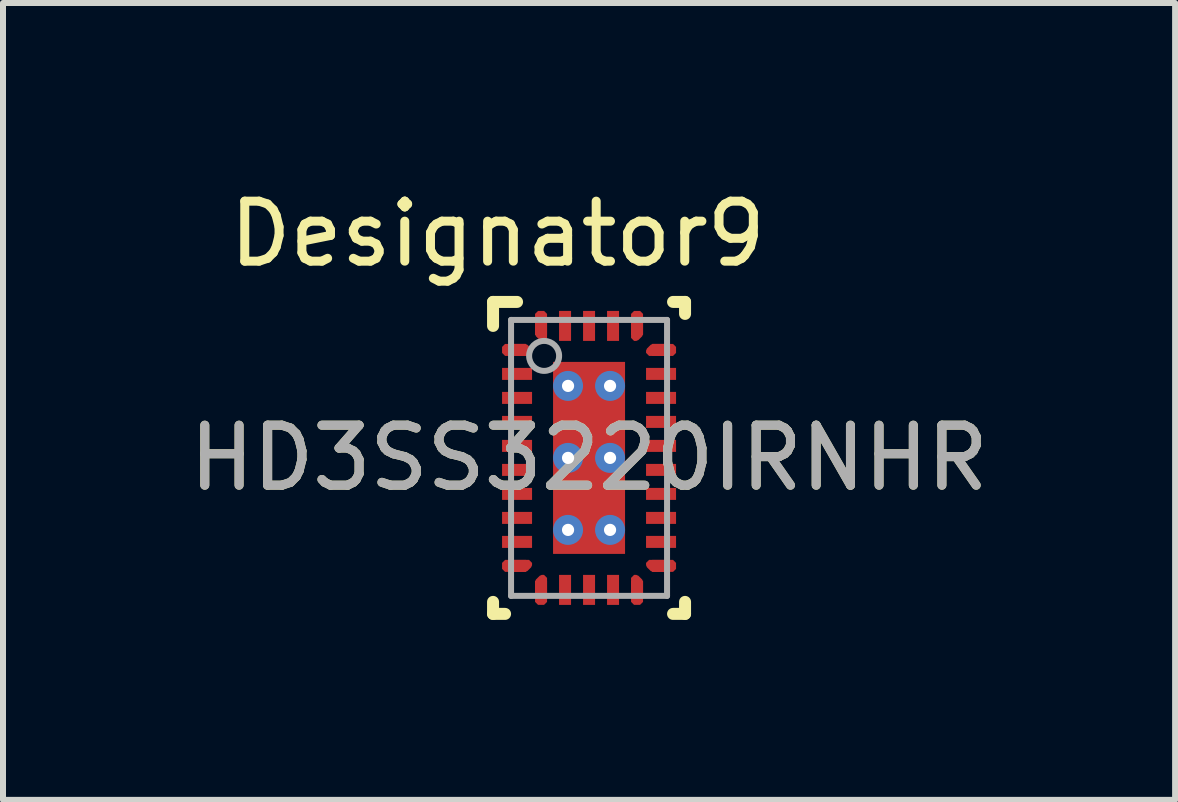
<source format=kicad_pcb>
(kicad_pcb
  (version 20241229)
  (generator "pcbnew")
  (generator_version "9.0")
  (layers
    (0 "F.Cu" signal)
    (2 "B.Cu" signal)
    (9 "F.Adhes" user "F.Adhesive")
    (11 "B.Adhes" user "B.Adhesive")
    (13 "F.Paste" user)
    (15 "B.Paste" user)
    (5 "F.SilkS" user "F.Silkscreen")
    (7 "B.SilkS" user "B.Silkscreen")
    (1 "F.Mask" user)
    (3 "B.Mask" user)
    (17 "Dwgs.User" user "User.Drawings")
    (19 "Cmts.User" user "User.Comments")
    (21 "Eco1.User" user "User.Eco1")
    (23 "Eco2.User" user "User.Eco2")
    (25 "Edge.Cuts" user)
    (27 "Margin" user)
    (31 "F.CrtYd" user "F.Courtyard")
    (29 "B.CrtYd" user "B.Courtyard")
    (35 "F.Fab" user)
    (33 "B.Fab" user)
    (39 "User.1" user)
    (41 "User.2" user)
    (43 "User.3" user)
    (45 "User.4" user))
  (footprint "HD3SS3220IRNHR"
    (layer "F.Cu")
    (at 6.768 4.582)
    (property "Reference" "HD3SS3220IRNHR" (at 0 0 0) (unlocked yes) (layer "F.SilkS") (effects (font (size 1 1) (thickness 0.15))))
    (attr smd)
    (fp_poly (pts (xy -0.965 -1.823) (xy -0.95 -1.788) (xy -0.95 -1.75) (xy -1 -1.7) (xy -1.4 -1.7) (xy -1.45 -1.75) (xy -1.45 -1.85) (xy -1.4 -1.9) (xy -1.062 -1.9) (xy -1.027 -1.885)) (stroke (width 0) (type solid)) (fill yes) (layer "F.Cu"))
    (fp_poly (pts (xy -0.965 1.823) (xy -0.95 1.788) (xy -0.95 1.75) (xy -1 1.7) (xy -1.4 1.7) (xy -1.45 1.75) (xy -1.45 1.85) (xy -1.4 1.9) (xy -1.062 1.9) (xy -1.027 1.885)) (stroke (width 0) (type solid)) (fill yes) (layer "F.Cu"))
    (fp_poly (pts (xy 0.965 -1.823) (xy 0.95 -1.788) (xy 0.95 -1.75) (xy 1 -1.7) (xy 1.4 -1.7) (xy 1.45 -1.75) (xy 1.45 -1.85) (xy 1.4 -1.9) (xy 1.062 -1.9) (xy 1.027 -1.885)) (stroke (width 0) (type solid)) (fill yes) (layer "F.Cu"))
    (fp_poly (pts (xy 0.965 1.823) (xy 0.95 1.788) (xy 0.95 1.75) (xy 1 1.7) (xy 1.4 1.7) (xy 1.45 1.75) (xy 1.45 1.85) (xy 1.4 1.9) (xy 1.062 1.9) (xy 1.027 1.885)) (stroke (width 0) (type solid)) (fill yes) (layer "F.Cu"))
    (fp_poly (pts (xy -0.7 -2.4) (xy -0.75 -2.45) (xy -0.85 -2.45) (xy -0.9 -2.4) (xy -0.9 -2.062) (xy -0.885 -2.027) (xy -0.823 -1.965) (xy -0.823 -1.965) (xy -0.788 -1.95) (xy -0.75 -1.95) (xy -0.7 -2) (xy -0.7 -2)) (stroke (width 0) (type solid)) (fill yes) (layer "F.Cu"))
    (fp_poly (pts (xy -0.7 2.4) (xy -0.75 2.45) (xy -0.85 2.45) (xy -0.9 2.4) (xy -0.9 2.062) (xy -0.885 2.027) (xy -0.823 1.965) (xy -0.823 1.965) (xy -0.788 1.95) (xy -0.75 1.95) (xy -0.7 2) (xy -0.7 2)) (stroke (width 0) (type solid)) (fill yes) (layer "F.Cu"))
    (fp_poly (pts (xy 0.7 -2.4) (xy 0.75 -2.45) (xy 0.85 -2.45) (xy 0.9 -2.4) (xy 0.9 -2.062) (xy 0.885 -2.027) (xy 0.823 -1.965) (xy 0.823 -1.965) (xy 0.788 -1.95) (xy 0.75 -1.95) (xy 0.7 -2) (xy 0.7 -2)) (stroke (width 0) (type solid)) (fill yes) (layer "F.Cu"))
    (fp_poly (pts (xy 0.7 2.4) (xy 0.75 2.45) (xy 0.85 2.45) (xy 0.9 2.4) (xy 0.9 2.062) (xy 0.885 2.027) (xy 0.823 1.965) (xy 0.823 1.965) (xy 0.788 1.95) (xy 0.75 1.95) (xy 0.7 2) (xy 0.7 2)) (stroke (width 0) (type solid)) (fill yes) (layer "F.Cu"))
    (fp_poly (pts (xy -0.929 -1.859) (xy -0.923 -1.851) (xy -0.918 -1.842) (xy -0.904 -1.807) (xy -0.901 -1.798) (xy -0.9 -1.788) (xy -0.9 -1.75) (xy -0.901 -1.74) (xy -0.904 -1.731) (xy -0.908 -1.722) (xy -0.915 -1.715) (xy -0.965 -1.665) (xy -0.972 -1.658) (xy -0.981 -1.654) (xy -0.99 -1.651) (xy -1 -1.65) (xy -1.4 -1.65) (xy -1.41 -1.651) (xy -1.419 -1.654) (xy -1.428 -1.658) (xy -1.435 -1.665) (xy -1.485 -1.715) (xy -1.492 -1.722) (xy -1.496 -1.731) (xy -1.499 -1.74) (xy -1.5 -1.75) (xy -1.5 -1.85) (xy -1.499 -1.86) (xy -1.496 -1.869) (xy -1.492 -1.878) (xy -1.485 -1.885) (xy -1.435 -1.935) (xy -1.428 -1.942) (xy -1.419 -1.946) (xy -1.41 -1.949) (xy -1.4 -1.95) (xy -1.062 -1.95) (xy -1.052 -1.949) (xy -1.043 -1.946) (xy -1.008 -1.932) (xy -0.999 -1.927) (xy -0.991 -1.921)) (stroke (width 0) (type solid)) (fill yes) (layer "F.Mask"))
    (fp_poly (pts (xy -0.929 1.859) (xy -0.991 1.921) (xy -0.999 1.927) (xy -1.008 1.932) (xy -1.043 1.946) (xy -1.052 1.949) (xy -1.062 1.95) (xy -1.4 1.95) (xy -1.41 1.949) (xy -1.419 1.946) (xy -1.428 1.942) (xy -1.435 1.935) (xy -1.485 1.885) (xy -1.492 1.878) (xy -1.496 1.869) (xy -1.499 1.86) (xy -1.5 1.85) (xy -1.5 1.75) (xy -1.499 1.74) (xy -1.496 1.731) (xy -1.492 1.722) (xy -1.485 1.715) (xy -1.435 1.665) (xy -1.428 1.658) (xy -1.419 1.654) (xy -1.41 1.651) (xy -1.4 1.65) (xy -1 1.65) (xy -0.99 1.651) (xy -0.981 1.654) (xy -0.972 1.658) (xy -0.965 1.665) (xy -0.915 1.715) (xy -0.908 1.722) (xy -0.904 1.731) (xy -0.901 1.74) (xy -0.9 1.75) (xy -0.9 1.788) (xy -0.901 1.798) (xy -0.904 1.807) (xy -0.918 1.842) (xy -0.923 1.851)) (stroke (width 0) (type solid)) (fill yes) (layer "F.Mask"))
    (fp_poly (pts (xy 0.929 -1.859) (xy 0.991 -1.921) (xy 0.999 -1.927) (xy 1.008 -1.932) (xy 1.043 -1.946) (xy 1.052 -1.949) (xy 1.062 -1.95) (xy 1.4 -1.95) (xy 1.41 -1.949) (xy 1.419 -1.946) (xy 1.428 -1.942) (xy 1.435 -1.935) (xy 1.485 -1.885) (xy 1.492 -1.878) (xy 1.496 -1.869) (xy 1.499 -1.86) (xy 1.5 -1.85) (xy 1.5 -1.75) (xy 1.499 -1.74) (xy 1.496 -1.731) (xy 1.492 -1.722) (xy 1.485 -1.715) (xy 1.435 -1.665) (xy 1.428 -1.658) (xy 1.419 -1.654) (xy 1.41 -1.651) (xy 1.4 -1.65) (xy 1 -1.65) (xy 0.99 -1.651) (xy 0.981 -1.654) (xy 0.972 -1.658) (xy 0.965 -1.665) (xy 0.915 -1.715) (xy 0.908 -1.722) (xy 0.904 -1.731) (xy 0.901 -1.74) (xy 0.9 -1.75) (xy 0.9 -1.788) (xy 0.901 -1.798) (xy 0.904 -1.807) (xy 0.918 -1.842) (xy 0.923 -1.851)) (stroke (width 0) (type solid)) (fill yes) (layer "F.Mask"))
    (fp_poly (pts (xy 0.929 1.859) (xy 0.923 1.851) (xy 0.918 1.842) (xy 0.904 1.807) (xy 0.901 1.798) (xy 0.9 1.788) (xy 0.9 1.75) (xy 0.901 1.74) (xy 0.904 1.731) (xy 0.908 1.722) (xy 0.915 1.715) (xy 0.965 1.665) (xy 0.972 1.658) (xy 0.981 1.654) (xy 0.99 1.651) (xy 1 1.65) (xy 1.4 1.65) (xy 1.41 1.651) (xy 1.419 1.654) (xy 1.428 1.658) (xy 1.435 1.665) (xy 1.485 1.715) (xy 1.492 1.722) (xy 1.496 1.731) (xy 1.499 1.74) (xy 1.5 1.75) (xy 1.5 1.85) (xy 1.499 1.86) (xy 1.496 1.869) (xy 1.492 1.878) (xy 1.485 1.885) (xy 1.435 1.935) (xy 1.428 1.942) (xy 1.419 1.946) (xy 1.41 1.949) (xy 1.4 1.95) (xy 1.062 1.95) (xy 1.052 1.949) (xy 1.043 1.946) (xy 1.008 1.932) (xy 0.999 1.927) (xy 0.991 1.921)) (stroke (width 0) (type solid)) (fill yes) (layer "F.Mask"))
    (fp_poly (pts (xy -0.665 -1.965) (xy -0.715 -1.915) (xy -0.722 -1.908) (xy -0.731 -1.904) (xy -0.74 -1.901) (xy -0.75 -1.9) (xy -0.788 -1.9) (xy -0.798 -1.901) (xy -0.807 -1.904) (xy -0.842 -1.918) (xy -0.851 -1.923) (xy -0.859 -1.929) (xy -0.921 -1.991) (xy -0.927 -1.999) (xy -0.932 -2.008) (xy -0.946 -2.043) (xy -0.949 -2.052) (xy -0.95 -2.062) (xy -0.95 -2.4) (xy -0.949 -2.41) (xy -0.946 -2.419) (xy -0.942 -2.428) (xy -0.935 -2.435) (xy -0.885 -2.485) (xy -0.878 -2.492) (xy -0.869 -2.496) (xy -0.86 -2.499) (xy -0.85 -2.5) (xy -0.75 -2.5) (xy -0.74 -2.499) (xy -0.731 -2.496) (xy -0.722 -2.492) (xy -0.715 -2.485) (xy -0.665 -2.435) (xy -0.658 -2.428) (xy -0.654 -2.419) (xy -0.651 -2.41) (xy -0.65 -2.4) (xy -0.65 -2) (xy -0.651 -1.99) (xy -0.654 -1.981) (xy -0.658 -1.972) (xy -0.665 -1.965)) (stroke (width 0) (type solid)) (fill yes) (layer "F.Mask"))
    (fp_poly (pts (xy -0.665 1.965) (xy -0.665 1.965) (xy -0.658 1.972) (xy -0.654 1.981) (xy -0.651 1.99) (xy -0.65 2) (xy -0.65 2.4) (xy -0.651 2.41) (xy -0.654 2.419) (xy -0.658 2.428) (xy -0.665 2.435) (xy -0.715 2.485) (xy -0.722 2.492) (xy -0.731 2.496) (xy -0.74 2.499) (xy -0.75 2.5) (xy -0.85 2.5) (xy -0.86 2.499) (xy -0.869 2.496) (xy -0.878 2.492) (xy -0.885 2.485) (xy -0.935 2.435) (xy -0.942 2.428) (xy -0.946 2.419) (xy -0.949 2.41) (xy -0.95 2.4) (xy -0.95 2.062) (xy -0.949 2.052) (xy -0.946 2.043) (xy -0.932 2.008) (xy -0.927 1.999) (xy -0.921 1.991) (xy -0.859 1.929) (xy -0.851 1.923) (xy -0.842 1.918) (xy -0.807 1.904) (xy -0.798 1.901) (xy -0.788 1.9) (xy -0.75 1.9) (xy -0.74 1.901) (xy -0.731 1.904) (xy -0.722 1.908) (xy -0.715 1.915)) (stroke (width 0) (type solid)) (fill yes) (layer "F.Mask"))
    (fp_poly (pts (xy 0.65 -2.4) (xy 0.651 -2.41) (xy 0.654 -2.419) (xy 0.658 -2.428) (xy 0.665 -2.435) (xy 0.715 -2.485) (xy 0.722 -2.492) (xy 0.731 -2.496) (xy 0.74 -2.499) (xy 0.75 -2.5) (xy 0.85 -2.5) (xy 0.86 -2.499) (xy 0.869 -2.496) (xy 0.878 -2.492) (xy 0.885 -2.485) (xy 0.935 -2.435) (xy 0.942 -2.428) (xy 0.946 -2.419) (xy 0.949 -2.41) (xy 0.95 -2.4) (xy 0.95 -2.062) (xy 0.949 -2.052) (xy 0.946 -2.043) (xy 0.932 -2.008) (xy 0.927 -1.999) (xy 0.921 -1.991) (xy 0.859 -1.929) (xy 0.851 -1.923) (xy 0.842 -1.918) (xy 0.807 -1.904) (xy 0.798 -1.901) (xy 0.788 -1.9) (xy 0.75 -1.9) (xy 0.74 -1.901) (xy 0.731 -1.904) (xy 0.722 -1.908) (xy 0.715 -1.915) (xy 0.665 -1.965) (xy 0.665 -1.965) (xy 0.658 -1.972) (xy 0.654 -1.981) (xy 0.651 -1.99) (xy 0.65 -2)) (stroke (width 0) (type solid)) (fill yes) (layer "F.Mask"))
    (fp_poly (pts (xy 0.65 2.4) (xy 0.65 2) (xy 0.651 1.99) (xy 0.654 1.981) (xy 0.658 1.972) (xy 0.665 1.965) (xy 0.665 1.965) (xy 0.715 1.915) (xy 0.722 1.908) (xy 0.731 1.904) (xy 0.74 1.901) (xy 0.75 1.9) (xy 0.788 1.9) (xy 0.798 1.901) (xy 0.807 1.904) (xy 0.842 1.918) (xy 0.851 1.923) (xy 0.859 1.929) (xy 0.921 1.991) (xy 0.927 1.999) (xy 0.932 2.008) (xy 0.946 2.043) (xy 0.949 2.052) (xy 0.95 2.062) (xy 0.95 2.4) (xy 0.949 2.41) (xy 0.946 2.419) (xy 0.942 2.428) (xy 0.935 2.435) (xy 0.885 2.485) (xy 0.878 2.492) (xy 0.869 2.496) (xy 0.86 2.499) (xy 0.85 2.5) (xy 0.75 2.5) (xy 0.74 2.499) (xy 0.731 2.496) (xy 0.722 2.492) (xy 0.715 2.485) (xy 0.665 2.435) (xy 0.658 2.428) (xy 0.654 2.419) (xy 0.651 2.41)) (stroke (width 0) (type solid)) (fill yes) (layer "F.Mask"))
    (fp_line (start -1.6 -2.6) (end -1.6 -2.2) (stroke (width 0.2) (type solid)) (layer "F.SilkS"))
    (fp_line (start -1.6 -2.6) (end -1.2 -2.6) (stroke (width 0.2) (type solid)) (layer "F.SilkS"))
    (fp_line (start -1.6 2.6) (end -1.6 2.4) (stroke (width 0.2) (type solid)) (layer "F.SilkS"))
    (fp_line (start -1.6 2.6) (end -1.4 2.6) (stroke (width 0.2) (type solid)) (layer "F.SilkS"))
    (fp_line (start 1.4 -2.6) (end 1.6 -2.6) (stroke (width 0.2) (type solid)) (layer "F.SilkS"))
    (fp_line (start 1.4 2.6) (end 1.6 2.6) (stroke (width 0.2) (type solid)) (layer "F.SilkS"))
    (fp_line (start 1.6 -2.4) (end 1.6 -2.6) (stroke (width 0.2) (type solid)) (layer "F.SilkS"))
    (fp_line (start 1.6 2.4) (end 1.6 2.6) (stroke (width 0.2) (type solid)) (layer "F.SilkS"))
    (fp_poly (pts (xy -0.965 -1.823) (xy -0.95 -1.788) (xy -0.95 -1.75) (xy -1 -1.7) (xy -1.4 -1.7) (xy -1.45 -1.75) (xy -1.45 -1.85) (xy -1.4 -1.9) (xy -1.062 -1.9) (xy -1.027 -1.885)) (stroke (width 0) (type solid)) (fill yes) (layer "F.Paste"))
    (fp_poly (pts (xy -0.965 1.823) (xy -1.027 1.885) (xy -1.062 1.9) (xy -1.4 1.9) (xy -1.45 1.85) (xy -1.45 1.75) (xy -1.4 1.7) (xy -1 1.7) (xy -0.95 1.75) (xy -0.95 1.788)) (stroke (width 0) (type solid)) (fill yes) (layer "F.Paste"))
    (fp_poly (pts (xy 0.965 -1.823) (xy 1.027 -1.885) (xy 1.062 -1.9) (xy 1.4 -1.9) (xy 1.45 -1.85) (xy 1.45 -1.75) (xy 1.4 -1.7) (xy 1 -1.7) (xy 0.95 -1.75) (xy 0.95 -1.788)) (stroke (width 0) (type solid)) (fill yes) (layer "F.Paste"))
    (fp_poly (pts (xy 0.965 1.823) (xy 0.95 1.788) (xy 0.95 1.75) (xy 1 1.7) (xy 1.4 1.7) (xy 1.45 1.75) (xy 1.45 1.85) (xy 1.4 1.9) (xy 1.062 1.9) (xy 1.027 1.885)) (stroke (width 0) (type solid)) (fill yes) (layer "F.Paste"))
    (fp_poly (pts (xy -0.7 -2.4) (xy -0.7 -2) (xy -0.7 -2) (xy -0.75 -1.95) (xy -0.788 -1.95) (xy -0.823 -1.965) (xy -0.823 -1.965) (xy -0.885 -2.027) (xy -0.9 -2.062) (xy -0.9 -2.4) (xy -0.85 -2.45) (xy -0.75 -2.45)) (stroke (width 0) (type solid)) (fill yes) (layer "F.Paste"))
    (fp_poly (pts (xy -0.7 2.4) (xy -0.75 2.45) (xy -0.85 2.45) (xy -0.9 2.4) (xy -0.9 2.062) (xy -0.885 2.027) (xy -0.823 1.965) (xy -0.823 1.965) (xy -0.788 1.95) (xy -0.75 1.95) (xy -0.7 2) (xy -0.7 2)) (stroke (width 0) (type solid)) (fill yes) (layer "F.Paste"))
    (fp_poly (pts (xy 0.7 -2.4) (xy 0.75 -2.45) (xy 0.85 -2.45) (xy 0.9 -2.4) (xy 0.9 -2.062) (xy 0.885 -2.027) (xy 0.823 -1.965) (xy 0.823 -1.965) (xy 0.788 -1.95) (xy 0.75 -1.95) (xy 0.7 -2) (xy 0.7 -2)) (stroke (width 0) (type solid)) (fill yes) (layer "F.Paste"))
    (fp_poly (pts (xy 0.7 2.4) (xy 0.7 2) (xy 0.7 2) (xy 0.75 1.95) (xy 0.788 1.95) (xy 0.823 1.965) (xy 0.823 1.965) (xy 0.885 2.027) (xy 0.9 2.062) (xy 0.9 2.4) (xy 0.85 2.45) (xy 0.75 2.45)) (stroke (width 0) (type solid)) (fill yes) (layer "F.Paste"))
    (fp_poly (pts (xy -0.565 -0.151) (xy -0.565 -1.439) (xy -0.564 -1.449) (xy -0.561 -1.459) (xy -0.556 -1.467) (xy -0.55 -1.475) (xy -0.542 -1.481) (xy -0.534 -1.486) (xy -0.524 -1.489) (xy -0.514 -1.49) (xy 0.514 -1.49) (xy 0.524 -1.489) (xy 0.534 -1.486) (xy 0.542 -1.481) (xy 0.55 -1.475) (xy 0.556 -1.467) (xy 0.561 -1.459) (xy 0.564 -1.449) (xy 0.565 -1.439) (xy 0.565 -0.151) (xy 0.564 -0.141) (xy 0.561 -0.131) (xy 0.556 -0.123) (xy 0.55 -0.115) (xy 0.542 -0.109) (xy 0.534 -0.104) (xy 0.524 -0.101) (xy 0.514 -0.1) (xy -0.514 -0.1) (xy -0.524 -0.101) (xy -0.534 -0.104) (xy -0.542 -0.109) (xy -0.55 -0.115) (xy -0.556 -0.123) (xy -0.561 -0.131) (xy -0.564 -0.141)) (stroke (width 0) (type solid)) (fill yes) (layer "F.Paste"))
    (fp_poly (pts (xy -0.565 1.439) (xy -0.565 0.151) (xy -0.564 0.141) (xy -0.561 0.131) (xy -0.556 0.123) (xy -0.55 0.115) (xy -0.542 0.109) (xy -0.534 0.104) (xy -0.524 0.101) (xy -0.514 0.1) (xy 0.514 0.1) (xy 0.524 0.101) (xy 0.534 0.104) (xy 0.542 0.109) (xy 0.55 0.115) (xy 0.556 0.123) (xy 0.561 0.131) (xy 0.564 0.141) (xy 0.565 0.151) (xy 0.565 1.439) (xy 0.564 1.449) (xy 0.561 1.459) (xy 0.556 1.467) (xy 0.55 1.475) (xy 0.542 1.481) (xy 0.534 1.486) (xy 0.524 1.489) (xy 0.514 1.49) (xy -0.514 1.49) (xy -0.524 1.489) (xy -0.534 1.486) (xy -0.542 1.481) (xy -0.55 1.475) (xy -0.556 1.467) (xy -0.561 1.459) (xy -0.564 1.449)) (stroke (width 0) (type solid)) (fill yes) (layer "F.Paste"))
    (fp_line (start -1.3 -2.3) (end 1.3 -2.3) (stroke (width 0.1) (type solid)) (layer "F.Fab"))
    (fp_line (start -1.3 2.3) (end -1.3 -2.3) (stroke (width 0.1) (type solid)) (layer "F.Fab"))
    (fp_line (start -1.3 2.3) (end 1.3 2.3) (stroke (width 0.1) (type solid)) (layer "F.Fab"))
    (fp_line (start 1.3 2.3) (end 1.3 -2.3) (stroke (width 0.1) (type solid)) (layer "F.Fab"))
    (fp_circle (center -0.749 -1.7) (end -0.499 -1.7) (stroke (width 0.1) (type solid)) (fill no) (layer "F.Fab"))
    (fp_text user "Designator9" (at -1.524 -3.734 0) (unlocked yes) (layer "F.SilkS") (effects (font (size 1 1) (thickness 0.15))))
    (fp_text user "${REFERENCE}" (at 0 0 0) (unlocked yes) (layer "F.Fab") (effects (font (size 1 1) (thickness 0.15))))
    (pad "1" smd rect (at -1.2 -1.8) (size 0.3 0.2) (layers "F.Cu"))
    (pad "2" smd rect (at -1.2 -1.4) (size 0.5 0.2) (layers "F.Cu" "F.Mask" "F.Paste"))
    (pad "3" smd rect (at -1.2 -1) (size 0.5 0.2) (layers "F.Cu" "F.Mask" "F.Paste"))
    (pad "4" smd rect (at -1.2 -0.6) (size 0.5 0.2) (layers "F.Cu" "F.Mask" "F.Paste"))
    (pad "5" smd rect (at -1.2 -0.2) (size 0.5 0.2) (layers "F.Cu" "F.Mask" "F.Paste"))
    (pad "6" smd rect (at -1.2 0.2) (size 0.5 0.2) (layers "F.Cu" "F.Mask" "F.Paste"))
    (pad "7" smd rect (at -1.2 0.6) (size 0.5 0.2) (layers "F.Cu" "F.Mask" "F.Paste"))
    (pad "8" smd rect (at -1.2 1) (size 0.5 0.2) (layers "F.Cu" "F.Mask" "F.Paste"))
    (pad "9" smd rect (at -1.2 1.4) (size 0.5 0.2) (layers "F.Cu" "F.Mask" "F.Paste"))
    (pad "10" smd rect (at -1.2 1.8) (size 0.3 0.2) (layers "F.Cu"))
    (pad "11" smd rect (at -0.8 2.2 90) (size 0.3 0.2) (layers "F.Cu"))
    (pad "12" smd rect (at -0.4 2.2 90) (size 0.5 0.2) (layers "F.Cu" "F.Mask" "F.Paste"))
    (pad "13" smd rect (at 0 2.2 90) (size 0.5 0.2) (layers "F.Cu" "F.Mask" "F.Paste"))
    (pad "14" smd rect (at 0.4 2.2 90) (size 0.5 0.2) (layers "F.Cu" "F.Mask" "F.Paste"))
    (pad "15" smd rect (at 0.8 2.2 90) (size 0.3 0.2) (layers "F.Cu"))
    (pad "16" smd rect (at 1.2 1.8) (size 0.3 0.2) (layers "F.Cu"))
    (pad "17" smd rect (at 1.2 1.4) (size 0.5 0.2) (layers "F.Cu" "F.Mask" "F.Paste"))
    (pad "18" smd rect (at 1.2 1) (size 0.5 0.2) (layers "F.Cu" "F.Mask" "F.Paste"))
    (pad "19" smd rect (at 1.2 0.6) (size 0.5 0.2) (layers "F.Cu" "F.Mask" "F.Paste"))
    (pad "20" smd rect (at 1.2 0.2) (size 0.5 0.2) (layers "F.Cu" "F.Mask" "F.Paste"))
    (pad "21" smd rect (at 1.2 -0.2) (size 0.5 0.2) (layers "F.Cu" "F.Mask" "F.Paste"))
    (pad "22" smd rect (at 1.2 -0.6) (size 0.5 0.2) (layers "F.Cu" "F.Mask" "F.Paste"))
    (pad "23" smd rect (at 1.2 -1) (size 0.5 0.2) (layers "F.Cu" "F.Mask" "F.Paste"))
    (pad "24" smd rect (at 1.2 -1.4) (size 0.5 0.2) (layers "F.Cu" "F.Mask" "F.Paste"))
    (pad "25" smd rect (at 1.2 -1.8) (size 0.3 0.2) (layers "F.Cu"))
    (pad "26" smd rect (at 0.8 -2.2 90) (size 0.3 0.2) (layers "F.Cu"))
    (pad "27" smd rect (at 0.4 -2.2 90) (size 0.5 0.2) (layers "F.Cu" "F.Mask" "F.Paste"))
    (pad "28" smd rect (at 0 -2.2 90) (size 0.5 0.2) (layers "F.Cu" "F.Mask" "F.Paste"))
    (pad "29" smd rect (at -0.4 -2.2 90) (size 0.5 0.2) (layers "F.Cu" "F.Mask" "F.Paste"))
    (pad "30" smd rect (at -0.8 -2.2 90) (size 0.3 0.2) (layers "F.Cu"))
    (pad "31" smd rect (at 0 0) (size 1.2 3.2) (layers "F.Cu" "F.Mask"))
    (pad "V" thru_hole circle (at -0.35 -1.2) (size 0.5 0.5) (drill 0.203) (layers "*.Cu" "*.Mask"))
    (pad "V" thru_hole circle (at -0.35 0) (size 0.5 0.5) (drill 0.203) (layers "*.Cu" "*.Mask"))
    (pad "V" thru_hole circle (at -0.35 1.2) (size 0.5 0.5) (drill 0.203) (layers "*.Cu" "*.Mask"))
    (pad "V" thru_hole circle (at 0.35 -1.2) (size 0.5 0.5) (drill 0.203) (layers "*.Cu" "*.Mask"))
    (pad "V" thru_hole circle (at 0.35 0) (size 0.5 0.5) (drill 0.203) (layers "*.Cu" "*.Mask"))
    (pad "V" thru_hole circle (at 0.35 1.2) (size 0.5 0.5) (drill 0.203) (layers "*.Cu" "*.Mask")))
  (gr_rect
    (start -3 -3)
    (end 16.536 10.282)
    (stroke (width 0.1) (type default))
    (fill no)
    (layer "Edge.Cuts")))
</source>
